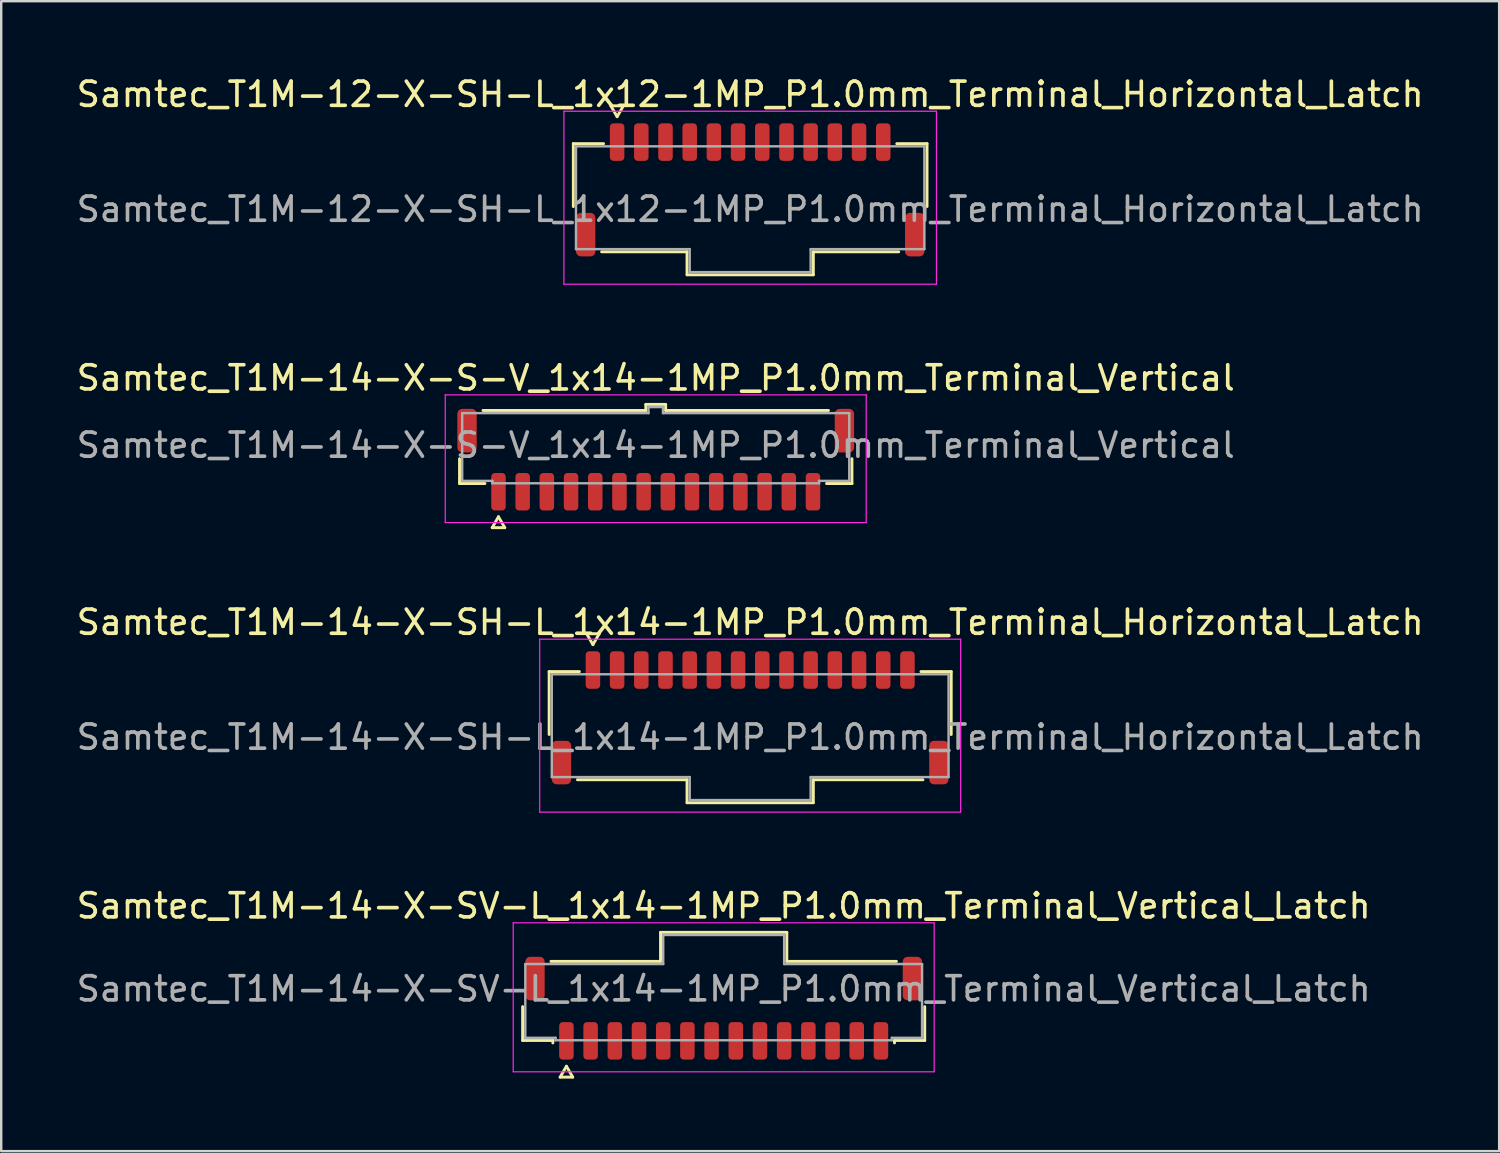
<source format=kicad_pcb>
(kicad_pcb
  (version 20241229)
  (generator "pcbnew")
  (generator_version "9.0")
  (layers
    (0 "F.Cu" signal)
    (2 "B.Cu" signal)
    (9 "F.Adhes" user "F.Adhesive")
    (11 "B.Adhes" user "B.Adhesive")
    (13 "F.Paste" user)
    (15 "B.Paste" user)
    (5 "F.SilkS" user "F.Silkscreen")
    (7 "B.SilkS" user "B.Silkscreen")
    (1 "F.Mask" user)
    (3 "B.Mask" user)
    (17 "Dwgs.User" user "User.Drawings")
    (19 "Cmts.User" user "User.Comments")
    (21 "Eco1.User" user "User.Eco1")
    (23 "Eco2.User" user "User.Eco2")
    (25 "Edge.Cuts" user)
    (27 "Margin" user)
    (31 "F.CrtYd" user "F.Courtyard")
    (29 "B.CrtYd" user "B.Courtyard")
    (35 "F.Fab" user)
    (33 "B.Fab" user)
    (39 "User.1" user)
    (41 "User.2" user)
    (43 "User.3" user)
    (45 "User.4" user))
  (footprint "Samtec_T1M-14-X-SH-L_1x14-1MP_P1.0mm_Terminal_Horizontal_Latch"
    (layer "F.Cu")
    (at 27.958 27.42)
    (property "Reference" "Samtec_T1M-14-X-SH-L_1x14-1MP_P1.0mm_Terminal_Horizontal_Latch" (at 0 -4.75 0) (layer "F.SilkS") (effects (font (size 1 1) (thickness 0.15))))
    (attr smd)
    (fp_line (start -8.31 -2.71) (end -7.06 -2.71) (stroke (width 0.12) (type solid)) (layer "F.SilkS"))
    (fp_line (start -8.31 -0.11) (end -8.31 -2.71) (stroke (width 0.12) (type solid)) (layer "F.SilkS"))
    (fp_line (start -6.76 -4.275) (end -6.5 -3.825) (stroke (width 0.12) (type solid)) (layer "F.SilkS"))
    (fp_line (start -6.5 -3.825) (end -6.24 -4.275) (stroke (width 0.12) (type solid)) (layer "F.SilkS"))
    (fp_line (start -6.24 -4.275) (end -6.76 -4.275) (stroke (width 0.12) (type solid)) (layer "F.SilkS"))
    (fp_line (start -2.61 1.76) (end -7.14 1.76) (stroke (width 0.12) (type solid)) (layer "F.SilkS"))
    (fp_line (start -2.61 2.71) (end -2.61 1.76) (stroke (width 0.12) (type solid)) (layer "F.SilkS"))
    (fp_line (start 2.61 1.76) (end 2.61 2.71) (stroke (width 0.12) (type solid)) (layer "F.SilkS"))
    (fp_line (start 2.61 2.71) (end -2.61 2.71) (stroke (width 0.12) (type solid)) (layer "F.SilkS"))
    (fp_line (start 7.06 -2.71) (end 8.31 -2.71) (stroke (width 0.12) (type solid)) (layer "F.SilkS"))
    (fp_line (start 7.14 1.76) (end 2.61 1.76) (stroke (width 0.12) (type solid)) (layer "F.SilkS"))
    (fp_line (start 8.31 -2.71) (end 8.31 -0.11) (stroke (width 0.12) (type solid)) (layer "F.SilkS"))
    (fp_line (start -8.7 -4.05) (end -8.7 3.1) (stroke (width 0.05) (type solid)) (layer "F.CrtYd"))
    (fp_line (start -8.7 3.1) (end 8.7 3.1) (stroke (width 0.05) (type solid)) (layer "F.CrtYd"))
    (fp_line (start 8.7 -4.05) (end -8.7 -4.05) (stroke (width 0.05) (type solid)) (layer "F.CrtYd"))
    (fp_line (start 8.7 3.1) (end 8.7 -4.05) (stroke (width 0.05) (type solid)) (layer "F.CrtYd"))
    (fp_line (start -8.2 -2.6) (end 8.2 -2.6) (stroke (width 0.1) (type solid)) (layer "F.Fab"))
    (fp_line (start -8.2 1.65) (end -8.2 -2.6) (stroke (width 0.1) (type solid)) (layer "F.Fab"))
    (fp_line (start -2.5 1.65) (end -8.2 1.65) (stroke (width 0.1) (type solid)) (layer "F.Fab"))
    (fp_line (start -2.5 2.6) (end -2.5 1.65) (stroke (width 0.1) (type solid)) (layer "F.Fab"))
    (fp_line (start 2.5 1.65) (end 2.5 2.6) (stroke (width 0.1) (type solid)) (layer "F.Fab"))
    (fp_line (start 2.5 2.6) (end -2.5 2.6) (stroke (width 0.1) (type solid)) (layer "F.Fab"))
    (fp_line (start 8.2 -2.6) (end 8.2 1.65) (stroke (width 0.1) (type solid)) (layer "F.Fab"))
    (fp_line (start 8.2 1.65) (end 2.5 1.65) (stroke (width 0.1) (type solid)) (layer "F.Fab"))
    (fp_text user "${REFERENCE}" (at 0 0 0) (layer "F.Fab") (effects (font (size 1 1) (thickness 0.15))))
    (pad "1" smd roundrect (at -6.5 -2.775) (size 0.6 1.55) (layers "F.Cu" "F.Mask" "F.Paste") (roundrect_rratio 0.25))
    (pad "2" smd roundrect (at -5.5 -2.775) (size 0.6 1.55) (layers "F.Cu" "F.Mask" "F.Paste") (roundrect_rratio 0.25))
    (pad "3" smd roundrect (at -4.5 -2.775) (size 0.6 1.55) (layers "F.Cu" "F.Mask" "F.Paste") (roundrect_rratio 0.25))
    (pad "4" smd roundrect (at -3.5 -2.775) (size 0.6 1.55) (layers "F.Cu" "F.Mask" "F.Paste") (roundrect_rratio 0.25))
    (pad "5" smd roundrect (at -2.5 -2.775) (size 0.6 1.55) (layers "F.Cu" "F.Mask" "F.Paste") (roundrect_rratio 0.25))
    (pad "6" smd roundrect (at -1.5 -2.775) (size 0.6 1.55) (layers "F.Cu" "F.Mask" "F.Paste") (roundrect_rratio 0.25))
    (pad "7" smd roundrect (at -0.5 -2.775) (size 0.6 1.55) (layers "F.Cu" "F.Mask" "F.Paste") (roundrect_rratio 0.25))
    (pad "8" smd roundrect (at 0.5 -2.775) (size 0.6 1.55) (layers "F.Cu" "F.Mask" "F.Paste") (roundrect_rratio 0.25))
    (pad "9" smd roundrect (at 1.5 -2.775) (size 0.6 1.55) (layers "F.Cu" "F.Mask" "F.Paste") (roundrect_rratio 0.25))
    (pad "10" smd roundrect (at 2.5 -2.775) (size 0.6 1.55) (layers "F.Cu" "F.Mask" "F.Paste") (roundrect_rratio 0.25))
    (pad "11" smd roundrect (at 3.5 -2.775) (size 0.6 1.55) (layers "F.Cu" "F.Mask" "F.Paste") (roundrect_rratio 0.25))
    (pad "12" smd roundrect (at 4.5 -2.775) (size 0.6 1.55) (layers "F.Cu" "F.Mask" "F.Paste") (roundrect_rratio 0.25))
    (pad "13" smd roundrect (at 5.5 -2.775) (size 0.6 1.55) (layers "F.Cu" "F.Mask" "F.Paste") (roundrect_rratio 0.25))
    (pad "14" smd roundrect (at 6.5 -2.775) (size 0.6 1.55) (layers "F.Cu" "F.Mask" "F.Paste") (roundrect_rratio 0.25))
    (pad "MP" smd roundrect (at -7.8 1.05) (size 0.8 1.8) (layers "F.Cu" "F.Mask" "F.Paste") (roundrect_rratio 0.25))
    (pad "MP" smd roundrect (at 7.8 1.05) (size 0.8 1.8) (layers "F.Cu" "F.Mask" "F.Paste") (roundrect_rratio 0.25)))
  (footprint "Samtec_T1M-14-X-S-V_1x14-1MP_P1.0mm_Terminal_Vertical"
    (layer "F.Cu")
    (at 24.054 15.351)
    (property "Reference" "Samtec_T1M-14-X-S-V_1x14-1MP_P1.0mm_Terminal_Vertical" (at 0 -2.78 0) (layer "F.SilkS") (effects (font (size 1 1) (thickness 0.15))))
    (attr smd)
    (fp_line (start -8.11 1.585) (end -8.11 0.56) (stroke (width 0.12) (type solid)) (layer "F.SilkS"))
    (fp_line (start -7.14 -1.435) (end -0.41 -1.435) (stroke (width 0.12) (type solid)) (layer "F.SilkS"))
    (fp_line (start -7.06 1.585) (end -8.11 1.585) (stroke (width 0.12) (type solid)) (layer "F.SilkS"))
    (fp_line (start -6.76 3.41) (end -6.5 2.96) (stroke (width 0.12) (type solid)) (layer "F.SilkS"))
    (fp_line (start -6.5 2.96) (end -6.24 3.41) (stroke (width 0.12) (type solid)) (layer "F.SilkS"))
    (fp_line (start -6.24 3.41) (end -6.76 3.41) (stroke (width 0.12) (type solid)) (layer "F.SilkS"))
    (fp_line (start -0.41 -1.685) (end 0.41 -1.685) (stroke (width 0.12) (type solid)) (layer "F.SilkS"))
    (fp_line (start -0.41 -1.435) (end -0.41 -1.685) (stroke (width 0.12) (type solid)) (layer "F.SilkS"))
    (fp_line (start 0.41 -1.685) (end 0.41 -1.435) (stroke (width 0.12) (type solid)) (layer "F.SilkS"))
    (fp_line (start 0.41 -1.435) (end 7.14 -1.435) (stroke (width 0.12) (type solid)) (layer "F.SilkS"))
    (fp_line (start 8.11 0.56) (end 8.11 1.585) (stroke (width 0.12) (type solid)) (layer "F.SilkS"))
    (fp_line (start 8.11 1.585) (end 7.06 1.585) (stroke (width 0.12) (type solid)) (layer "F.SilkS"))
    (fp_line (start -8.7 -2.08) (end -8.7 3.2) (stroke (width 0.05) (type solid)) (layer "F.CrtYd"))
    (fp_line (start -8.7 3.2) (end 8.7 3.2) (stroke (width 0.05) (type solid)) (layer "F.CrtYd"))
    (fp_line (start 8.7 -2.08) (end -8.7 -2.08) (stroke (width 0.05) (type solid)) (layer "F.CrtYd"))
    (fp_line (start 8.7 3.2) (end 8.7 -2.08) (stroke (width 0.05) (type solid)) (layer "F.CrtYd"))
    (fp_line (start -8 -1.325) (end -0.3 -1.325) (stroke (width 0.1) (type solid)) (layer "F.Fab"))
    (fp_line (start -8 1.475) (end -8 -1.325) (stroke (width 0.1) (type solid)) (layer "F.Fab"))
    (fp_line (start -6.75 1.475) (end -8 1.475) (stroke (width 0.1) (type solid)) (layer "F.Fab"))
    (fp_line (start -6.75 1.575) (end -6.75 1.475) (stroke (width 0.1) (type solid)) (layer "F.Fab"))
    (fp_line (start -0.3 -1.575) (end 0.3 -1.575) (stroke (width 0.1) (type solid)) (layer "F.Fab"))
    (fp_line (start -0.3 -1.325) (end -0.3 -1.575) (stroke (width 0.1) (type solid)) (layer "F.Fab"))
    (fp_line (start 0.3 -1.575) (end 0.3 -1.325) (stroke (width 0.1) (type solid)) (layer "F.Fab"))
    (fp_line (start 0.3 -1.325) (end 8 -1.325) (stroke (width 0.1) (type solid)) (layer "F.Fab"))
    (fp_line (start 6.75 1.475) (end 6.75 1.575) (stroke (width 0.1) (type solid)) (layer "F.Fab"))
    (fp_line (start 6.75 1.575) (end -6.75 1.575) (stroke (width 0.1) (type solid)) (layer "F.Fab"))
    (fp_line (start 8 -1.325) (end 8 1.475) (stroke (width 0.1) (type solid)) (layer "F.Fab"))
    (fp_line (start 8 1.475) (end 6.75 1.475) (stroke (width 0.1) (type solid)) (layer "F.Fab"))
    (fp_text user "${REFERENCE}" (at 0 0 0) (layer "F.Fab") (effects (font (size 1 1) (thickness 0.15))))
    (pad "1" smd roundrect (at -6.5 1.925) (size 0.6 1.55) (layers "F.Cu" "F.Mask" "F.Paste") (roundrect_rratio 0.25))
    (pad "2" smd roundrect (at -5.5 1.925) (size 0.6 1.55) (layers "F.Cu" "F.Mask" "F.Paste") (roundrect_rratio 0.25))
    (pad "3" smd roundrect (at -4.5 1.925) (size 0.6 1.55) (layers "F.Cu" "F.Mask" "F.Paste") (roundrect_rratio 0.25))
    (pad "4" smd roundrect (at -3.5 1.925) (size 0.6 1.55) (layers "F.Cu" "F.Mask" "F.Paste") (roundrect_rratio 0.25))
    (pad "5" smd roundrect (at -2.5 1.925) (size 0.6 1.55) (layers "F.Cu" "F.Mask" "F.Paste") (roundrect_rratio 0.25))
    (pad "6" smd roundrect (at -1.5 1.925) (size 0.6 1.55) (layers "F.Cu" "F.Mask" "F.Paste") (roundrect_rratio 0.25))
    (pad "7" smd roundrect (at -0.5 1.925) (size 0.6 1.55) (layers "F.Cu" "F.Mask" "F.Paste") (roundrect_rratio 0.25))
    (pad "8" smd roundrect (at 0.5 1.925) (size 0.6 1.55) (layers "F.Cu" "F.Mask" "F.Paste") (roundrect_rratio 0.25))
    (pad "9" smd roundrect (at 1.5 1.925) (size 0.6 1.55) (layers "F.Cu" "F.Mask" "F.Paste") (roundrect_rratio 0.25))
    (pad "10" smd roundrect (at 2.5 1.925) (size 0.6 1.55) (layers "F.Cu" "F.Mask" "F.Paste") (roundrect_rratio 0.25))
    (pad "11" smd roundrect (at 3.5 1.925) (size 0.6 1.55) (layers "F.Cu" "F.Mask" "F.Paste") (roundrect_rratio 0.25))
    (pad "12" smd roundrect (at 4.5 1.925) (size 0.6 1.55) (layers "F.Cu" "F.Mask" "F.Paste") (roundrect_rratio 0.25))
    (pad "13" smd roundrect (at 5.5 1.925) (size 0.6 1.55) (layers "F.Cu" "F.Mask" "F.Paste") (roundrect_rratio 0.25))
    (pad "14" smd roundrect (at 6.5 1.925) (size 0.6 1.55) (layers "F.Cu" "F.Mask" "F.Paste") (roundrect_rratio 0.25))
    (pad "MP" smd roundrect (at -7.8 -0.6) (size 0.8 1.8) (layers "F.Cu" "F.Mask" "F.Paste") (roundrect_rratio 0.25))
    (pad "MP" smd roundrect (at 7.8 -0.6) (size 0.8 1.8) (layers "F.Cu" "F.Mask" "F.Paste") (roundrect_rratio 0.25)))
  (footprint "Samtec_T1M-14-X-SV-L_1x14-1MP_P1.0mm_Terminal_Vertical_Latch"
    (layer "F.Cu")
    (at 26.863 37.823)
    (property "Reference" "Samtec_T1M-14-X-SV-L_1x14-1MP_P1.0mm_Terminal_Vertical_Latch" (at 0 -3.43 0) (layer "F.SilkS") (effects (font (size 1 1) (thickness 0.15))))
    (attr smd)
    (fp_line (start -8.31 2.135) (end -8.31 0.735) (stroke (width 0.12) (type solid)) (layer "F.SilkS"))
    (fp_line (start -7.14 -1.135) (end -2.61 -1.135) (stroke (width 0.12) (type solid)) (layer "F.SilkS"))
    (fp_line (start -7.06 2.135) (end -8.31 2.135) (stroke (width 0.12) (type solid)) (layer "F.SilkS"))
    (fp_line (start -7.06 2.235) (end -7.06 2.135) (stroke (width 0.12) (type solid)) (layer "F.SilkS"))
    (fp_line (start -6.76 3.65) (end -6.5 3.2) (stroke (width 0.12) (type solid)) (layer "F.SilkS"))
    (fp_line (start -6.5 3.2) (end -6.24 3.65) (stroke (width 0.12) (type solid)) (layer "F.SilkS"))
    (fp_line (start -6.24 3.65) (end -6.76 3.65) (stroke (width 0.12) (type solid)) (layer "F.SilkS"))
    (fp_line (start -2.61 -2.335) (end 2.61 -2.335) (stroke (width 0.12) (type solid)) (layer "F.SilkS"))
    (fp_line (start -2.61 -1.135) (end -2.61 -2.335) (stroke (width 0.12) (type solid)) (layer "F.SilkS"))
    (fp_line (start 2.61 -2.335) (end 2.61 -1.135) (stroke (width 0.12) (type solid)) (layer "F.SilkS"))
    (fp_line (start 2.61 -1.135) (end 7.14 -1.135) (stroke (width 0.12) (type solid)) (layer "F.SilkS"))
    (fp_line (start 7.06 2.135) (end 7.06 2.235) (stroke (width 0.12) (type solid)) (layer "F.SilkS"))
    (fp_line (start 8.31 0.735) (end 8.31 2.135) (stroke (width 0.12) (type solid)) (layer "F.SilkS"))
    (fp_line (start 8.31 2.135) (end 7.06 2.135) (stroke (width 0.12) (type solid)) (layer "F.SilkS"))
    (fp_line (start -8.7 -2.73) (end -8.7 3.43) (stroke (width 0.05) (type solid)) (layer "F.CrtYd"))
    (fp_line (start -8.7 3.43) (end 8.7 3.43) (stroke (width 0.05) (type solid)) (layer "F.CrtYd"))
    (fp_line (start 8.7 -2.73) (end -8.7 -2.73) (stroke (width 0.05) (type solid)) (layer "F.CrtYd"))
    (fp_line (start 8.7 3.43) (end 8.7 -2.73) (stroke (width 0.05) (type solid)) (layer "F.CrtYd"))
    (fp_line (start -8.2 -1.025) (end -2.5 -1.025) (stroke (width 0.1) (type solid)) (layer "F.Fab"))
    (fp_line (start -8.2 2.025) (end -8.2 -1.025) (stroke (width 0.1) (type solid)) (layer "F.Fab"))
    (fp_line (start -6.95 2.025) (end -8.2 2.025) (stroke (width 0.1) (type solid)) (layer "F.Fab"))
    (fp_line (start -6.95 2.125) (end -6.95 2.025) (stroke (width 0.1) (type solid)) (layer "F.Fab"))
    (fp_line (start -2.5 -2.225) (end 2.5 -2.225) (stroke (width 0.1) (type solid)) (layer "F.Fab"))
    (fp_line (start -2.5 -1.025) (end -2.5 -2.225) (stroke (width 0.1) (type solid)) (layer "F.Fab"))
    (fp_line (start 2.5 -2.225) (end 2.5 -1.025) (stroke (width 0.1) (type solid)) (layer "F.Fab"))
    (fp_line (start 2.5 -1.025) (end 8.2 -1.025) (stroke (width 0.1) (type solid)) (layer "F.Fab"))
    (fp_line (start 6.95 2.025) (end 6.95 2.125) (stroke (width 0.1) (type solid)) (layer "F.Fab"))
    (fp_line (start 6.95 2.125) (end -6.95 2.125) (stroke (width 0.1) (type solid)) (layer "F.Fab"))
    (fp_line (start 8.2 -1.025) (end 8.2 2.025) (stroke (width 0.1) (type solid)) (layer "F.Fab"))
    (fp_line (start 8.2 2.025) (end 6.95 2.025) (stroke (width 0.1) (type solid)) (layer "F.Fab"))
    (fp_text user "${REFERENCE}" (at 0 0 0) (layer "F.Fab") (effects (font (size 1 1) (thickness 0.15))))
    (pad "1" smd roundrect (at -6.5 2.15) (size 0.6 1.55) (layers "F.Cu" "F.Mask" "F.Paste") (roundrect_rratio 0.25))
    (pad "2" smd roundrect (at -5.5 2.15) (size 0.6 1.55) (layers "F.Cu" "F.Mask" "F.Paste") (roundrect_rratio 0.25))
    (pad "3" smd roundrect (at -4.5 2.15) (size 0.6 1.55) (layers "F.Cu" "F.Mask" "F.Paste") (roundrect_rratio 0.25))
    (pad "4" smd roundrect (at -3.5 2.15) (size 0.6 1.55) (layers "F.Cu" "F.Mask" "F.Paste") (roundrect_rratio 0.25))
    (pad "5" smd roundrect (at -2.5 2.15) (size 0.6 1.55) (layers "F.Cu" "F.Mask" "F.Paste") (roundrect_rratio 0.25))
    (pad "6" smd roundrect (at -1.5 2.15) (size 0.6 1.55) (layers "F.Cu" "F.Mask" "F.Paste") (roundrect_rratio 0.25))
    (pad "7" smd roundrect (at -0.5 2.15) (size 0.6 1.55) (layers "F.Cu" "F.Mask" "F.Paste") (roundrect_rratio 0.25))
    (pad "8" smd roundrect (at 0.5 2.15) (size 0.6 1.55) (layers "F.Cu" "F.Mask" "F.Paste") (roundrect_rratio 0.25))
    (pad "9" smd roundrect (at 1.5 2.15) (size 0.6 1.55) (layers "F.Cu" "F.Mask" "F.Paste") (roundrect_rratio 0.25))
    (pad "10" smd roundrect (at 2.5 2.15) (size 0.6 1.55) (layers "F.Cu" "F.Mask" "F.Paste") (roundrect_rratio 0.25))
    (pad "11" smd roundrect (at 3.5 2.15) (size 0.6 1.55) (layers "F.Cu" "F.Mask" "F.Paste") (roundrect_rratio 0.25))
    (pad "12" smd roundrect (at 4.5 2.15) (size 0.6 1.55) (layers "F.Cu" "F.Mask" "F.Paste") (roundrect_rratio 0.25))
    (pad "13" smd roundrect (at 5.5 2.15) (size 0.6 1.55) (layers "F.Cu" "F.Mask" "F.Paste") (roundrect_rratio 0.25))
    (pad "14" smd roundrect (at 6.5 2.15) (size 0.6 1.55) (layers "F.Cu" "F.Mask" "F.Paste") (roundrect_rratio 0.25))
    (pad "MP" smd roundrect (at -7.8 -0.425) (size 0.8 1.8) (layers "F.Cu" "F.Mask" "F.Paste") (roundrect_rratio 0.25))
    (pad "MP" smd roundrect (at 7.8 -0.425) (size 0.8 1.8) (layers "F.Cu" "F.Mask" "F.Paste") (roundrect_rratio 0.25)))
  (footprint "Samtec_T1M-12-X-SH-L_1x12-1MP_P1.0mm_Terminal_Horizontal_Latch"
    (layer "F.Cu")
    (at 27.958 5.598)
    (property "Reference" "Samtec_T1M-12-X-SH-L_1x12-1MP_P1.0mm_Terminal_Horizontal_Latch" (at 0 -4.75 0) (layer "F.SilkS") (effects (font (size 1 1) (thickness 0.15))))
    (attr smd)
    (fp_line (start -7.31 -2.71) (end -6.06 -2.71) (stroke (width 0.12) (type solid)) (layer "F.SilkS"))
    (fp_line (start -7.31 -0.11) (end -7.31 -2.71) (stroke (width 0.12) (type solid)) (layer "F.SilkS"))
    (fp_line (start -5.76 -4.275) (end -5.5 -3.825) (stroke (width 0.12) (type solid)) (layer "F.SilkS"))
    (fp_line (start -5.5 -3.825) (end -5.24 -4.275) (stroke (width 0.12) (type solid)) (layer "F.SilkS"))
    (fp_line (start -5.24 -4.275) (end -5.76 -4.275) (stroke (width 0.12) (type solid)) (layer "F.SilkS"))
    (fp_line (start -2.61 1.76) (end -6.14 1.76) (stroke (width 0.12) (type solid)) (layer "F.SilkS"))
    (fp_line (start -2.61 2.71) (end -2.61 1.76) (stroke (width 0.12) (type solid)) (layer "F.SilkS"))
    (fp_line (start 2.61 1.76) (end 2.61 2.71) (stroke (width 0.12) (type solid)) (layer "F.SilkS"))
    (fp_line (start 2.61 2.71) (end -2.61 2.71) (stroke (width 0.12) (type solid)) (layer "F.SilkS"))
    (fp_line (start 6.06 -2.71) (end 7.31 -2.71) (stroke (width 0.12) (type solid)) (layer "F.SilkS"))
    (fp_line (start 6.14 1.76) (end 2.61 1.76) (stroke (width 0.12) (type solid)) (layer "F.SilkS"))
    (fp_line (start 7.31 -2.71) (end 7.31 -0.11) (stroke (width 0.12) (type solid)) (layer "F.SilkS"))
    (fp_line (start -7.7 -4.05) (end -7.7 3.1) (stroke (width 0.05) (type solid)) (layer "F.CrtYd"))
    (fp_line (start -7.7 3.1) (end 7.7 3.1) (stroke (width 0.05) (type solid)) (layer "F.CrtYd"))
    (fp_line (start 7.7 -4.05) (end -7.7 -4.05) (stroke (width 0.05) (type solid)) (layer "F.CrtYd"))
    (fp_line (start 7.7 3.1) (end 7.7 -4.05) (stroke (width 0.05) (type solid)) (layer "F.CrtYd"))
    (fp_line (start -7.2 -2.6) (end 7.2 -2.6) (stroke (width 0.1) (type solid)) (layer "F.Fab"))
    (fp_line (start -7.2 1.65) (end -7.2 -2.6) (stroke (width 0.1) (type solid)) (layer "F.Fab"))
    (fp_line (start -2.5 1.65) (end -7.2 1.65) (stroke (width 0.1) (type solid)) (layer "F.Fab"))
    (fp_line (start -2.5 2.6) (end -2.5 1.65) (stroke (width 0.1) (type solid)) (layer "F.Fab"))
    (fp_line (start 2.5 1.65) (end 2.5 2.6) (stroke (width 0.1) (type solid)) (layer "F.Fab"))
    (fp_line (start 2.5 2.6) (end -2.5 2.6) (stroke (width 0.1) (type solid)) (layer "F.Fab"))
    (fp_line (start 7.2 -2.6) (end 7.2 1.65) (stroke (width 0.1) (type solid)) (layer "F.Fab"))
    (fp_line (start 7.2 1.65) (end 2.5 1.65) (stroke (width 0.1) (type solid)) (layer "F.Fab"))
    (fp_text user "${REFERENCE}" (at 0 0 0) (layer "F.Fab") (effects (font (size 1 1) (thickness 0.15))))
    (pad "1" smd roundrect (at -5.5 -2.775) (size 0.6 1.55) (layers "F.Cu" "F.Mask" "F.Paste") (roundrect_rratio 0.25))
    (pad "2" smd roundrect (at -4.5 -2.775) (size 0.6 1.55) (layers "F.Cu" "F.Mask" "F.Paste") (roundrect_rratio 0.25))
    (pad "3" smd roundrect (at -3.5 -2.775) (size 0.6 1.55) (layers "F.Cu" "F.Mask" "F.Paste") (roundrect_rratio 0.25))
    (pad "4" smd roundrect (at -2.5 -2.775) (size 0.6 1.55) (layers "F.Cu" "F.Mask" "F.Paste") (roundrect_rratio 0.25))
    (pad "5" smd roundrect (at -1.5 -2.775) (size 0.6 1.55) (layers "F.Cu" "F.Mask" "F.Paste") (roundrect_rratio 0.25))
    (pad "6" smd roundrect (at -0.5 -2.775) (size 0.6 1.55) (layers "F.Cu" "F.Mask" "F.Paste") (roundrect_rratio 0.25))
    (pad "7" smd roundrect (at 0.5 -2.775) (size 0.6 1.55) (layers "F.Cu" "F.Mask" "F.Paste") (roundrect_rratio 0.25))
    (pad "8" smd roundrect (at 1.5 -2.775) (size 0.6 1.55) (layers "F.Cu" "F.Mask" "F.Paste") (roundrect_rratio 0.25))
    (pad "9" smd roundrect (at 2.5 -2.775) (size 0.6 1.55) (layers "F.Cu" "F.Mask" "F.Paste") (roundrect_rratio 0.25))
    (pad "10" smd roundrect (at 3.5 -2.775) (size 0.6 1.55) (layers "F.Cu" "F.Mask" "F.Paste") (roundrect_rratio 0.25))
    (pad "11" smd roundrect (at 4.5 -2.775) (size 0.6 1.55) (layers "F.Cu" "F.Mask" "F.Paste") (roundrect_rratio 0.25))
    (pad "12" smd roundrect (at 5.5 -2.775) (size 0.6 1.55) (layers "F.Cu" "F.Mask" "F.Paste") (roundrect_rratio 0.25))
    (pad "MP" smd roundrect (at -6.8 1.05) (size 0.8 1.8) (layers "F.Cu" "F.Mask" "F.Paste") (roundrect_rratio 0.25))
    (pad "MP" smd roundrect (at 6.8 1.05) (size 0.8 1.8) (layers "F.Cu" "F.Mask" "F.Paste") (roundrect_rratio 0.25)))
  (gr_rect
    (start -3 -3)
    (end 58.917 44.533)
    (stroke (width 0.1) (type default))
    (fill no)
    (layer "Edge.Cuts")))
</source>
